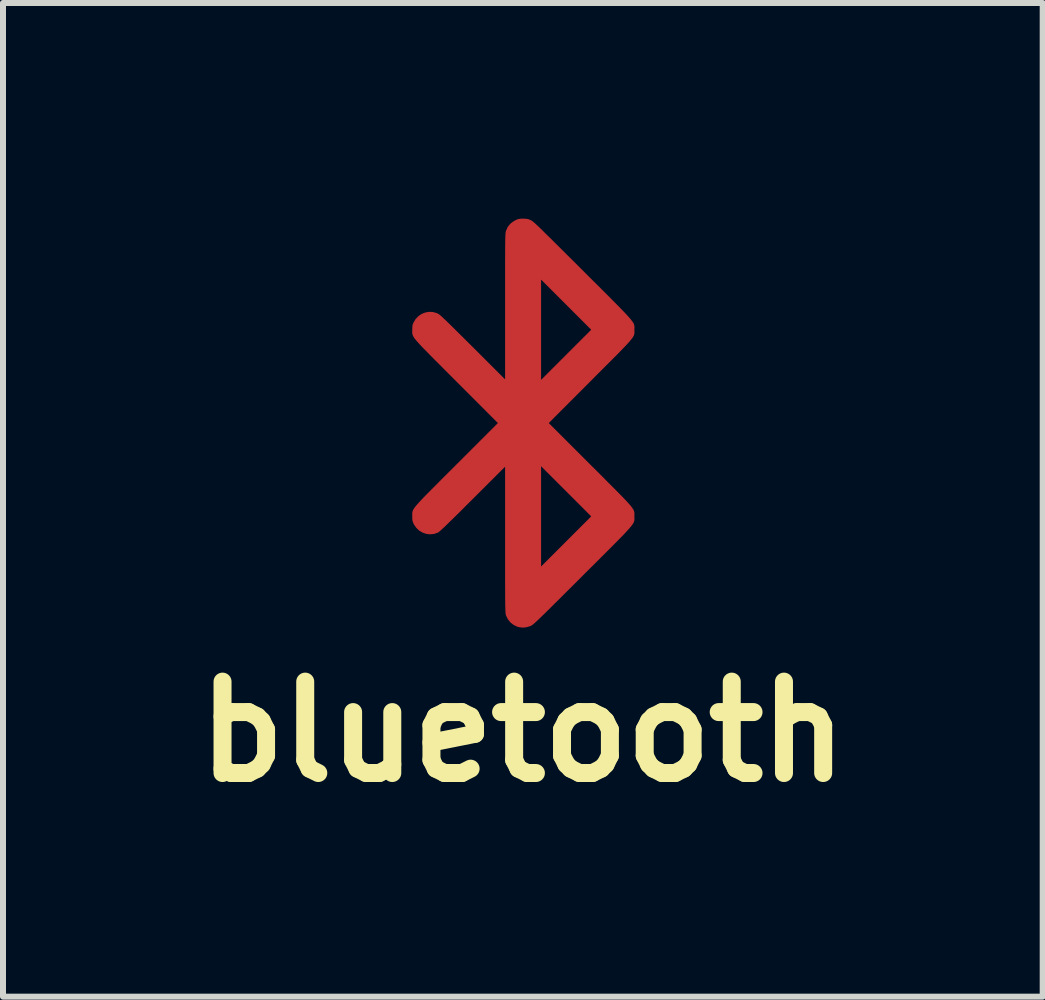
<source format=kicad_pcb>
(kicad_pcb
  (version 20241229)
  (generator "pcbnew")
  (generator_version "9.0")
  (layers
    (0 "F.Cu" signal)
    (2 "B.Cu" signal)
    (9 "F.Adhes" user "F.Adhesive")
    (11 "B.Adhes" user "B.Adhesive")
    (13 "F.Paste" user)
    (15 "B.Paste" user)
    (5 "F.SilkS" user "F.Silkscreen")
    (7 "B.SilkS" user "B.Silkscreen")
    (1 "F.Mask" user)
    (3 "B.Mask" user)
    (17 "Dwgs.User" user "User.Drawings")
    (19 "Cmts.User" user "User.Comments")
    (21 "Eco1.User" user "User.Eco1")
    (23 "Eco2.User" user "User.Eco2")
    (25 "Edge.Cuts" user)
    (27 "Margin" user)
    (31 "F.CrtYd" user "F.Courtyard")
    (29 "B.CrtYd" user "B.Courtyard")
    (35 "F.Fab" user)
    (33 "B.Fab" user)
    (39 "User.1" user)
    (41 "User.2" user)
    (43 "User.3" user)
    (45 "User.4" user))
  (footprint "bluetooth"
    (layer "F.Cu")
    (at 5.668 4)
    (property "Reference" "bluetooth" (at 0 5.15 0) (layer "F.SilkS") (effects (font (size 1.524 1.524) (thickness 0.3))))
    (attr board_only exclude_from_pos_files exclude_from_bom)
    (fp_poly (pts (xy 0.042 -3.403) (xy 0.071 -3.4) (xy 0.095 -3.394) (xy 0.123 -3.383) (xy 0.128 -3.381) (xy 0.136 -3.377) (xy 0.144 -3.372) (xy 0.153 -3.366) (xy 0.164 -3.358) (xy 0.178 -3.347) (xy 0.194 -3.333) (xy 0.214 -3.315) (xy 0.238 -3.293) (xy 0.267 -3.266) (xy 0.301 -3.233) (xy 0.34 -3.195) (xy 0.386 -3.149) (xy 0.439 -3.097) (xy 0.5 -3.037) (xy 0.568 -2.969) (xy 0.646 -2.892) (xy 0.732 -2.806) (xy 0.829 -2.71) (xy 0.936 -2.603) (xy 0.994 -2.545) (xy 1.11 -2.429) (xy 1.215 -2.325) (xy 1.31 -2.23) (xy 1.395 -2.145) (xy 1.471 -2.069) (xy 1.538 -2.001) (xy 1.597 -1.942) (xy 1.648 -1.889) (xy 1.693 -1.843) (xy 1.73 -1.803) (xy 1.762 -1.768) (xy 1.788 -1.738) (xy 1.809 -1.712) (xy 1.826 -1.69) (xy 1.839 -1.671) (xy 1.848 -1.654) (xy 1.854 -1.639) (xy 1.858 -1.625) (xy 1.86 -1.611) (xy 1.861 -1.598) (xy 1.861 -1.584) (xy 1.86 -1.569) (xy 1.86 -1.552) (xy 1.86 -1.552) (xy 1.86 -1.534) (xy 1.861 -1.518) (xy 1.861 -1.504) (xy 1.86 -1.49) (xy 1.857 -1.476) (xy 1.853 -1.462) (xy 1.846 -1.446) (xy 1.835 -1.428) (xy 1.821 -1.407) (xy 1.802 -1.384) (xy 1.779 -1.356) (xy 1.75 -1.324) (xy 1.715 -1.286) (xy 1.674 -1.243) (xy 1.625 -1.193) (xy 1.569 -1.135) (xy 1.504 -1.07) (xy 1.43 -0.996) (xy 1.347 -0.913) (xy 1.254 -0.82) (xy 1.151 -0.716) (xy 1.127 -0.692) (xy 0.432 0.004) (xy 1.12 0.692) (xy 1.227 0.798) (xy 1.323 0.894) (xy 1.408 0.98) (xy 1.484 1.056) (xy 1.551 1.123) (xy 1.61 1.183) (xy 1.661 1.235) (xy 1.704 1.28) (xy 1.741 1.319) (xy 1.771 1.353) (xy 1.796 1.382) (xy 1.816 1.407) (xy 1.831 1.429) (xy 1.843 1.448) (xy 1.851 1.464) (xy 1.856 1.48) (xy 1.859 1.494) (xy 1.86 1.509) (xy 1.861 1.524) (xy 1.86 1.54) (xy 1.86 1.558) (xy 1.86 1.56) (xy 1.86 1.577) (xy 1.861 1.592) (xy 1.861 1.606) (xy 1.86 1.619) (xy 1.858 1.633) (xy 1.854 1.647) (xy 1.848 1.662) (xy 1.839 1.678) (xy 1.826 1.698) (xy 1.81 1.72) (xy 1.788 1.746) (xy 1.762 1.776) (xy 1.731 1.81) (xy 1.693 1.851) (xy 1.649 1.897) (xy 1.597 1.949) (xy 1.538 2.009) (xy 1.471 2.077) (xy 1.395 2.153) (xy 1.31 2.237) (xy 1.216 2.332) (xy 1.111 2.436) (xy 0.995 2.552) (xy 0.994 2.553) (xy 0.882 2.665) (xy 0.78 2.766) (xy 0.689 2.857) (xy 0.607 2.939) (xy 0.534 3.011) (xy 0.47 3.075) (xy 0.413 3.131) (xy 0.364 3.18) (xy 0.321 3.221) (xy 0.284 3.257) (xy 0.253 3.287) (xy 0.227 3.311) (xy 0.205 3.331) (xy 0.187 3.347) (xy 0.172 3.36) (xy 0.16 3.369) (xy 0.15 3.376) (xy 0.141 3.382) (xy 0.133 3.386) (xy 0.128 3.388) (xy 0.064 3.408) (xy -0.001 3.415) (xy -0.065 3.407) (xy -0.092 3.4) (xy -0.155 3.369) (xy -0.209 3.327) (xy -0.251 3.274) (xy -0.281 3.212) (xy -0.283 3.206) (xy -0.284 3.199) (xy -0.286 3.191) (xy -0.288 3.18) (xy -0.289 3.167) (xy -0.29 3.149) (xy -0.291 3.127) (xy -0.292 3.1) (xy -0.293 3.066) (xy -0.294 3.026) (xy -0.294 2.978) (xy -0.295 2.922) (xy -0.295 2.856) (xy -0.295 2.78) (xy -0.296 2.694) (xy -0.296 2.596) (xy -0.296 2.486) (xy -0.296 2.363) (xy -0.296 2.225) (xy -0.296 2.074) (xy -0.296 1.95) (xy -0.296 0.732) (xy -0.838 1.273) (xy -0.935 1.369) (xy -1.02 1.455) (xy -1.096 1.53) (xy -1.162 1.595) (xy -1.22 1.651) (xy -1.268 1.698) (xy -1.309 1.738) (xy -1.343 1.769) (xy -1.37 1.794) (xy -1.391 1.812) (xy -1.406 1.824) (xy -1.416 1.831) (xy -1.417 1.831) (xy -1.481 1.853) (xy -1.546 1.859) (xy -1.61 1.852) (xy -1.671 1.831) (xy -1.727 1.798) (xy -1.775 1.753) (xy -1.814 1.698) (xy -1.823 1.68) (xy -1.833 1.656) (xy -1.84 1.633) (xy -1.843 1.607) (xy -1.844 1.571) (xy -1.844 1.56) (xy -1.844 1.542) (xy -1.845 1.525) (xy -1.844 1.51) (xy -1.843 1.496) (xy -1.84 1.481) (xy -1.835 1.466) (xy -1.828 1.45) (xy -1.817 1.431) (xy -1.802 1.41) (xy -1.783 1.385) (xy -1.758 1.357) (xy -1.729 1.324) (xy -1.693 1.285) (xy -1.65 1.24) (xy -1.6 1.189) (xy -1.542 1.131) (xy -1.476 1.064) (xy -1.401 0.989) (xy -1.317 0.904) (xy -1.222 0.81) (xy -1.136 0.724) (xy 0.304 0.724) (xy 0.304 2.396) (xy 1.14 1.56) (xy 0.722 1.142) (xy 0.304 0.724) (xy -1.136 0.724) (xy -1.117 0.705) (xy -1.104 0.692) (xy -0.416 0.004) (xy -1.111 -0.692) (xy -1.217 -0.798) (xy -1.312 -0.893) (xy -1.397 -0.979) (xy -1.473 -1.054) (xy -1.539 -1.121) (xy -1.597 -1.181) (xy -1.648 -1.232) (xy -1.691 -1.277) (xy -1.727 -1.316) (xy -1.757 -1.349) (xy -1.782 -1.378) (xy -1.801 -1.402) (xy -1.816 -1.423) (xy -1.827 -1.442) (xy -1.835 -1.458) (xy -1.84 -1.473) (xy -1.843 -1.487) (xy -1.844 -1.5) (xy -1.844 -1.515) (xy -1.844 -1.53) (xy -1.844 -1.548) (xy -1.844 -1.552) (xy -1.843 -1.591) (xy -1.841 -1.619) (xy -1.835 -1.642) (xy -1.826 -1.665) (xy -1.823 -1.672) (xy -1.787 -1.731) (xy -1.741 -1.779) (xy -1.688 -1.815) (xy -1.629 -1.839) (xy -1.566 -1.85) (xy -1.501 -1.848) (xy -1.437 -1.83) (xy -1.414 -1.82) (xy -1.405 -1.814) (xy -1.392 -1.805) (xy -1.374 -1.79) (xy -1.352 -1.771) (xy -1.325 -1.745) (xy -1.291 -1.713) (xy -1.25 -1.674) (xy -1.202 -1.627) (xy -1.146 -1.572) (xy -1.081 -1.507) (xy -1.006 -1.433) (xy -0.922 -1.349) (xy -0.834 -1.262) (xy -0.296 -0.724) (xy -0.296 -1.941) (xy -0.296 -2.104) (xy -0.296 -2.252) (xy -0.296 -2.385) (xy -0.296 -2.388) (xy 0.304 -2.388) (xy 0.304 -0.716) (xy 1.14 -1.552) (xy 0.722 -1.97) (xy 0.304 -2.388) (xy -0.296 -2.388) (xy -0.296 -2.505) (xy -0.296 -2.612) (xy -0.296 -2.707) (xy -0.295 -2.79) (xy -0.295 -2.863) (xy -0.295 -2.926) (xy -0.294 -2.98) (xy -0.294 -3.026) (xy -0.293 -3.065) (xy -0.292 -3.097) (xy -0.291 -3.122) (xy -0.29 -3.143) (xy -0.289 -3.16) (xy -0.287 -3.173) (xy -0.286 -3.183) (xy -0.284 -3.191) (xy -0.282 -3.198) (xy -0.28 -3.203) (xy -0.253 -3.264) (xy -0.214 -3.314) (xy -0.163 -3.355) (xy -0.108 -3.386) (xy -0.083 -3.395) (xy -0.058 -3.401) (xy -0.025 -3.404) (xy 0.004 -3.404)) (stroke (width 0) (type solid)) (fill yes) (layer "F.Cu"))
    (fp_rect (start 1.2 -2.5) (end -1.2 2.5) (stroke (width 3) (type solid)) (fill no) (layer "F.Mask"))
    (fp_poly (pts (xy 0.042 -3.403) (xy 0.071 -3.4) (xy 0.095 -3.394) (xy 0.123 -3.383) (xy 0.128 -3.381) (xy 0.136 -3.377) (xy 0.144 -3.372) (xy 0.153 -3.366) (xy 0.164 -3.358) (xy 0.178 -3.347) (xy 0.194 -3.333) (xy 0.214 -3.315) (xy 0.238 -3.293) (xy 0.267 -3.266) (xy 0.301 -3.233) (xy 0.34 -3.195) (xy 0.386 -3.149) (xy 0.439 -3.097) (xy 0.5 -3.037) (xy 0.568 -2.969) (xy 0.646 -2.892) (xy 0.732 -2.806) (xy 0.829 -2.71) (xy 0.936 -2.603) (xy 0.994 -2.545) (xy 1.11 -2.429) (xy 1.215 -2.325) (xy 1.31 -2.23) (xy 1.395 -2.145) (xy 1.471 -2.069) (xy 1.538 -2.001) (xy 1.597 -1.942) (xy 1.648 -1.889) (xy 1.693 -1.843) (xy 1.73 -1.803) (xy 1.762 -1.768) (xy 1.788 -1.738) (xy 1.809 -1.712) (xy 1.826 -1.69) (xy 1.839 -1.671) (xy 1.848 -1.654) (xy 1.854 -1.639) (xy 1.858 -1.625) (xy 1.86 -1.611) (xy 1.861 -1.598) (xy 1.861 -1.584) (xy 1.86 -1.569) (xy 1.86 -1.552) (xy 1.86 -1.552) (xy 1.86 -1.534) (xy 1.861 -1.518) (xy 1.861 -1.504) (xy 1.86 -1.49) (xy 1.857 -1.476) (xy 1.853 -1.462) (xy 1.846 -1.446) (xy 1.835 -1.428) (xy 1.821 -1.407) (xy 1.802 -1.384) (xy 1.779 -1.356) (xy 1.75 -1.324) (xy 1.715 -1.286) (xy 1.674 -1.243) (xy 1.625 -1.193) (xy 1.569 -1.135) (xy 1.504 -1.07) (xy 1.43 -0.996) (xy 1.347 -0.913) (xy 1.254 -0.82) (xy 1.151 -0.716) (xy 1.127 -0.692) (xy 0.432 0.004) (xy 1.12 0.692) (xy 1.227 0.798) (xy 1.323 0.894) (xy 1.408 0.98) (xy 1.484 1.056) (xy 1.551 1.123) (xy 1.61 1.183) (xy 1.661 1.235) (xy 1.704 1.28) (xy 1.741 1.319) (xy 1.771 1.353) (xy 1.796 1.382) (xy 1.816 1.407) (xy 1.831 1.429) (xy 1.843 1.448) (xy 1.851 1.464) (xy 1.856 1.48) (xy 1.859 1.494) (xy 1.86 1.509) (xy 1.861 1.524) (xy 1.86 1.54) (xy 1.86 1.558) (xy 1.86 1.56) (xy 1.86 1.577) (xy 1.861 1.592) (xy 1.861 1.606) (xy 1.86 1.619) (xy 1.858 1.633) (xy 1.854 1.647) (xy 1.848 1.662) (xy 1.839 1.678) (xy 1.826 1.698) (xy 1.81 1.72) (xy 1.788 1.746) (xy 1.762 1.776) (xy 1.731 1.81) (xy 1.693 1.851) (xy 1.649 1.897) (xy 1.597 1.949) (xy 1.538 2.009) (xy 1.471 2.077) (xy 1.395 2.153) (xy 1.31 2.237) (xy 1.216 2.332) (xy 1.111 2.436) (xy 0.995 2.552) (xy 0.994 2.553) (xy 0.882 2.665) (xy 0.78 2.766) (xy 0.689 2.857) (xy 0.607 2.939) (xy 0.534 3.011) (xy 0.47 3.075) (xy 0.413 3.131) (xy 0.364 3.18) (xy 0.321 3.221) (xy 0.284 3.257) (xy 0.253 3.287) (xy 0.227 3.311) (xy 0.205 3.331) (xy 0.187 3.347) (xy 0.172 3.36) (xy 0.16 3.369) (xy 0.15 3.376) (xy 0.141 3.382) (xy 0.133 3.386) (xy 0.128 3.388) (xy 0.064 3.408) (xy -0.001 3.415) (xy -0.065 3.407) (xy -0.092 3.4) (xy -0.155 3.369) (xy -0.209 3.327) (xy -0.251 3.274) (xy -0.281 3.212) (xy -0.283 3.206) (xy -0.284 3.199) (xy -0.286 3.191) (xy -0.288 3.18) (xy -0.289 3.167) (xy -0.29 3.149) (xy -0.291 3.127) (xy -0.292 3.1) (xy -0.293 3.066) (xy -0.294 3.026) (xy -0.294 2.978) (xy -0.295 2.922) (xy -0.295 2.856) (xy -0.295 2.78) (xy -0.296 2.694) (xy -0.296 2.596) (xy -0.296 2.486) (xy -0.296 2.363) (xy -0.296 2.225) (xy -0.296 2.074) (xy -0.296 1.95) (xy -0.296 0.732) (xy -0.838 1.273) (xy -0.935 1.369) (xy -1.02 1.455) (xy -1.096 1.53) (xy -1.162 1.595) (xy -1.22 1.651) (xy -1.268 1.698) (xy -1.309 1.738) (xy -1.343 1.769) (xy -1.37 1.794) (xy -1.391 1.812) (xy -1.406 1.824) (xy -1.416 1.831) (xy -1.417 1.831) (xy -1.481 1.853) (xy -1.546 1.859) (xy -1.61 1.852) (xy -1.671 1.831) (xy -1.727 1.798) (xy -1.775 1.753) (xy -1.814 1.698) (xy -1.823 1.68) (xy -1.833 1.656) (xy -1.84 1.633) (xy -1.843 1.607) (xy -1.844 1.571) (xy -1.844 1.56) (xy -1.844 1.542) (xy -1.845 1.525) (xy -1.844 1.51) (xy -1.843 1.496) (xy -1.84 1.481) (xy -1.835 1.466) (xy -1.828 1.45) (xy -1.817 1.431) (xy -1.802 1.41) (xy -1.783 1.385) (xy -1.758 1.357) (xy -1.729 1.324) (xy -1.693 1.285) (xy -1.65 1.24) (xy -1.6 1.189) (xy -1.542 1.131) (xy -1.476 1.064) (xy -1.401 0.989) (xy -1.317 0.904) (xy -1.222 0.81) (xy -1.136 0.724) (xy 0.304 0.724) (xy 0.304 2.396) (xy 1.14 1.56) (xy 0.722 1.142) (xy 0.304 0.724) (xy -1.136 0.724) (xy -1.117 0.705) (xy -1.104 0.692) (xy -0.416 0.004) (xy -1.111 -0.692) (xy -1.217 -0.798) (xy -1.312 -0.893) (xy -1.397 -0.979) (xy -1.473 -1.054) (xy -1.539 -1.121) (xy -1.597 -1.181) (xy -1.648 -1.232) (xy -1.691 -1.277) (xy -1.727 -1.316) (xy -1.757 -1.349) (xy -1.782 -1.378) (xy -1.801 -1.402) (xy -1.816 -1.423) (xy -1.827 -1.442) (xy -1.835 -1.458) (xy -1.84 -1.473) (xy -1.843 -1.487) (xy -1.844 -1.5) (xy -1.844 -1.515) (xy -1.844 -1.53) (xy -1.844 -1.548) (xy -1.844 -1.552) (xy -1.843 -1.591) (xy -1.841 -1.619) (xy -1.835 -1.642) (xy -1.826 -1.665) (xy -1.823 -1.672) (xy -1.787 -1.731) (xy -1.741 -1.779) (xy -1.688 -1.815) (xy -1.629 -1.839) (xy -1.566 -1.85) (xy -1.501 -1.848) (xy -1.437 -1.83) (xy -1.414 -1.82) (xy -1.405 -1.814) (xy -1.392 -1.805) (xy -1.374 -1.79) (xy -1.352 -1.771) (xy -1.325 -1.745) (xy -1.291 -1.713) (xy -1.25 -1.674) (xy -1.202 -1.627) (xy -1.146 -1.572) (xy -1.081 -1.507) (xy -1.006 -1.433) (xy -0.922 -1.349) (xy -0.834 -1.262) (xy -0.296 -0.724) (xy -0.296 -1.941) (xy -0.296 -2.104) (xy -0.296 -2.252) (xy -0.296 -2.385) (xy -0.296 -2.388) (xy 0.304 -2.388) (xy 0.304 -0.716) (xy 1.14 -1.552) (xy 0.722 -1.97) (xy 0.304 -2.388) (xy -0.296 -2.388) (xy -0.296 -2.505) (xy -0.296 -2.612) (xy -0.296 -2.707) (xy -0.295 -2.79) (xy -0.295 -2.863) (xy -0.295 -2.926) (xy -0.294 -2.98) (xy -0.294 -3.026) (xy -0.293 -3.065) (xy -0.292 -3.097) (xy -0.291 -3.122) (xy -0.29 -3.143) (xy -0.289 -3.16) (xy -0.287 -3.173) (xy -0.286 -3.183) (xy -0.284 -3.191) (xy -0.282 -3.198) (xy -0.28 -3.203) (xy -0.253 -3.264) (xy -0.214 -3.314) (xy -0.163 -3.355) (xy -0.108 -3.386) (xy -0.083 -3.395) (xy -0.058 -3.401) (xy -0.025 -3.404) (xy 0.004 -3.404)) (stroke (width 0) (type solid)) (fill yes) (layer "F.Mask"))
    (fp_rect (start 1.2 -2.5) (end -1.2 2.5) (stroke (width 3) (type solid)) (fill no) (layer "B.Mask"))
    (zone (net_name "") (layers "F.Cu" "B.Cu") (hatch edge 0.508) (connect_pads) (min_thickness 0.254) (filled_areas_thickness no) (keepout (tracks allowed) (vias allowed) (pads allowed) (copperpour not_allowed) (footprints allowed)) (placement (enabled no)) (fill) (polygon (pts (xy 8.122 0.445) (xy 8.368 1.4) (xy 8.368 6.8) (xy 8.068 7.5) (xy 7.268 8) (xy 4.018 8) (xy 3.293 7.525) (xy 2.968 6.95) (xy 2.968 1.15) (xy 3.318 0.4) (xy 4.118 0) (xy 7.218 0)))))
  (gr_rect
    (start -3 -3)
    (end 14.336 13.568)
    (stroke (width 0.1) (type default))
    (fill no)
    (layer "Edge.Cuts")))
</source>
